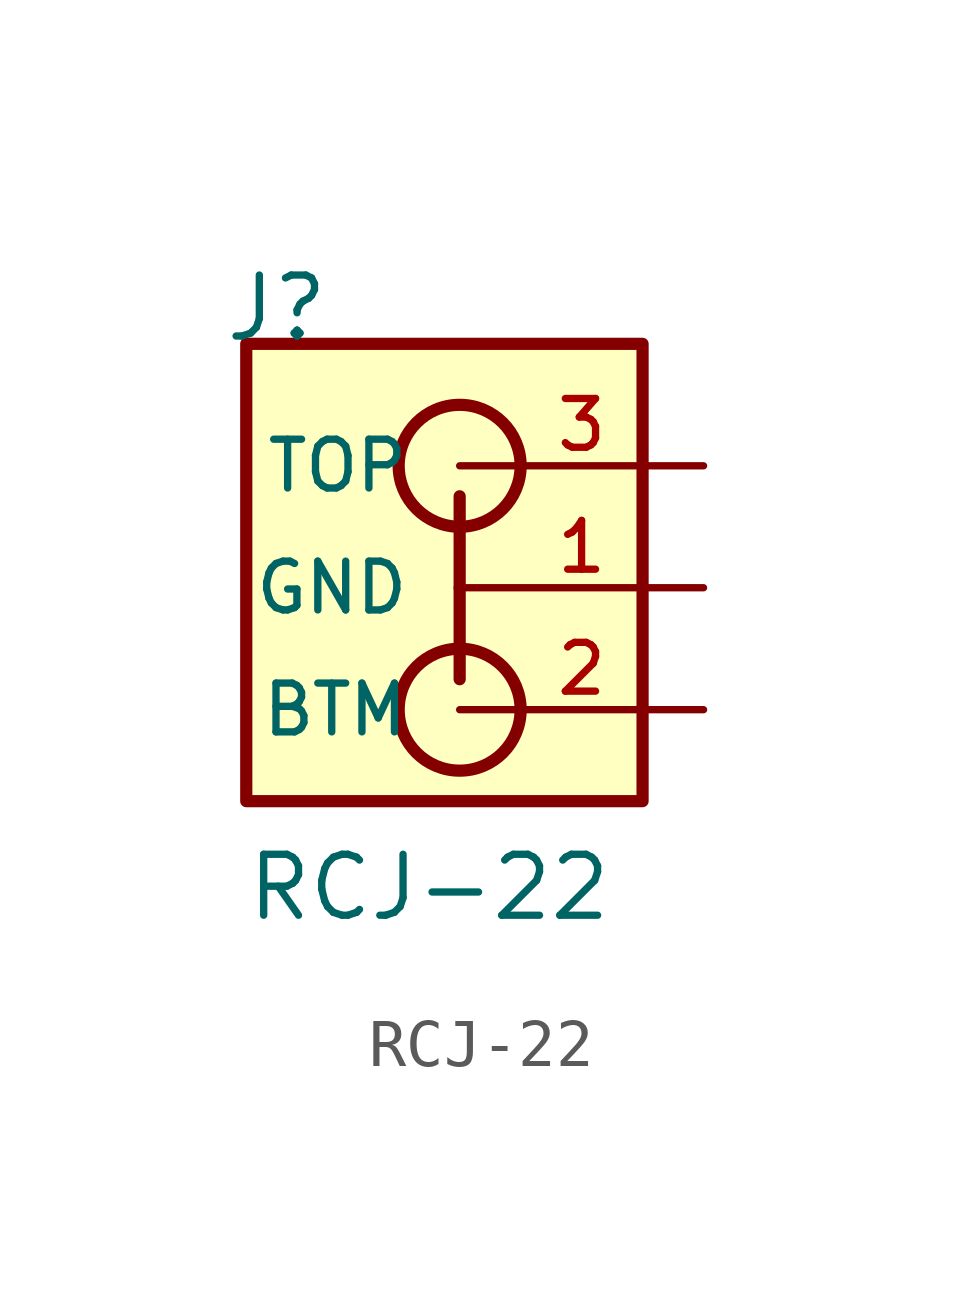
<source format=kicad_sym>
(kicad_symbol_lib
  (version 20211014)
  (generator kicad_symbol_editor)
  (symbol "RCJ-22"
    (pin_names
      (offset 1.016))
    (property "Reference" "J"
      (at -5.08 5.08 0)
      (effects (font (size 1.27 1.27)) (justify bottom)))
    (property "Value" "RCJ-22"
      (at -1.905 -6.985 0)
      (effects (font (size 1.27 1.27)) (justify bottom)))
    (symbol "RCJ-22_0_0"
      (rectangle (start -5.715 5.08) (end 2.54 -4.445) (stroke (width 0.254) (type default) (color 0 0 0 0)) (fill (type background)))
      (circle (center -1.27 -2.54) (radius 1.27) (stroke (width 0.254) (type default) (color 0 0 0 0)) (fill (type none)))
      (circle (center -1.27 2.54) (radius 1.27) (stroke (width 0.254) (type default) (color 0 0 0 0)) (fill (type none)))
      (polyline (pts (xy -1.27 -1.905) (xy -1.27 0)) (stroke (width 0.254) (type default) (color 0 0 0 0)) (fill (type none)))
      (polyline (pts (xy -1.27 1.905) (xy -1.27 0)) (stroke (width 0.254) (type default) (color 0 0 0 0)) (fill (type none)))
      (pin bidirectional line (at 3.81 0 180) (length 5.08) (name "GND" (effects (font (size 1.016 1.016)))) (number "1" (effects (font (size 1.016 1.016)))))
      (pin bidirectional line (at 3.81 -2.54 180) (length 5.08) (name "BTM" (effects (font (size 1.016 1.016)))) (number "2" (effects (font (size 1.016 1.016)))))
      (pin bidirectional line (at 3.81 2.54 180) (length 5.08) (name "TOP" (effects (font (size 1.016 1.016)))) (number "3" (effects (font (size 1.016 1.016))))))))
</source>
